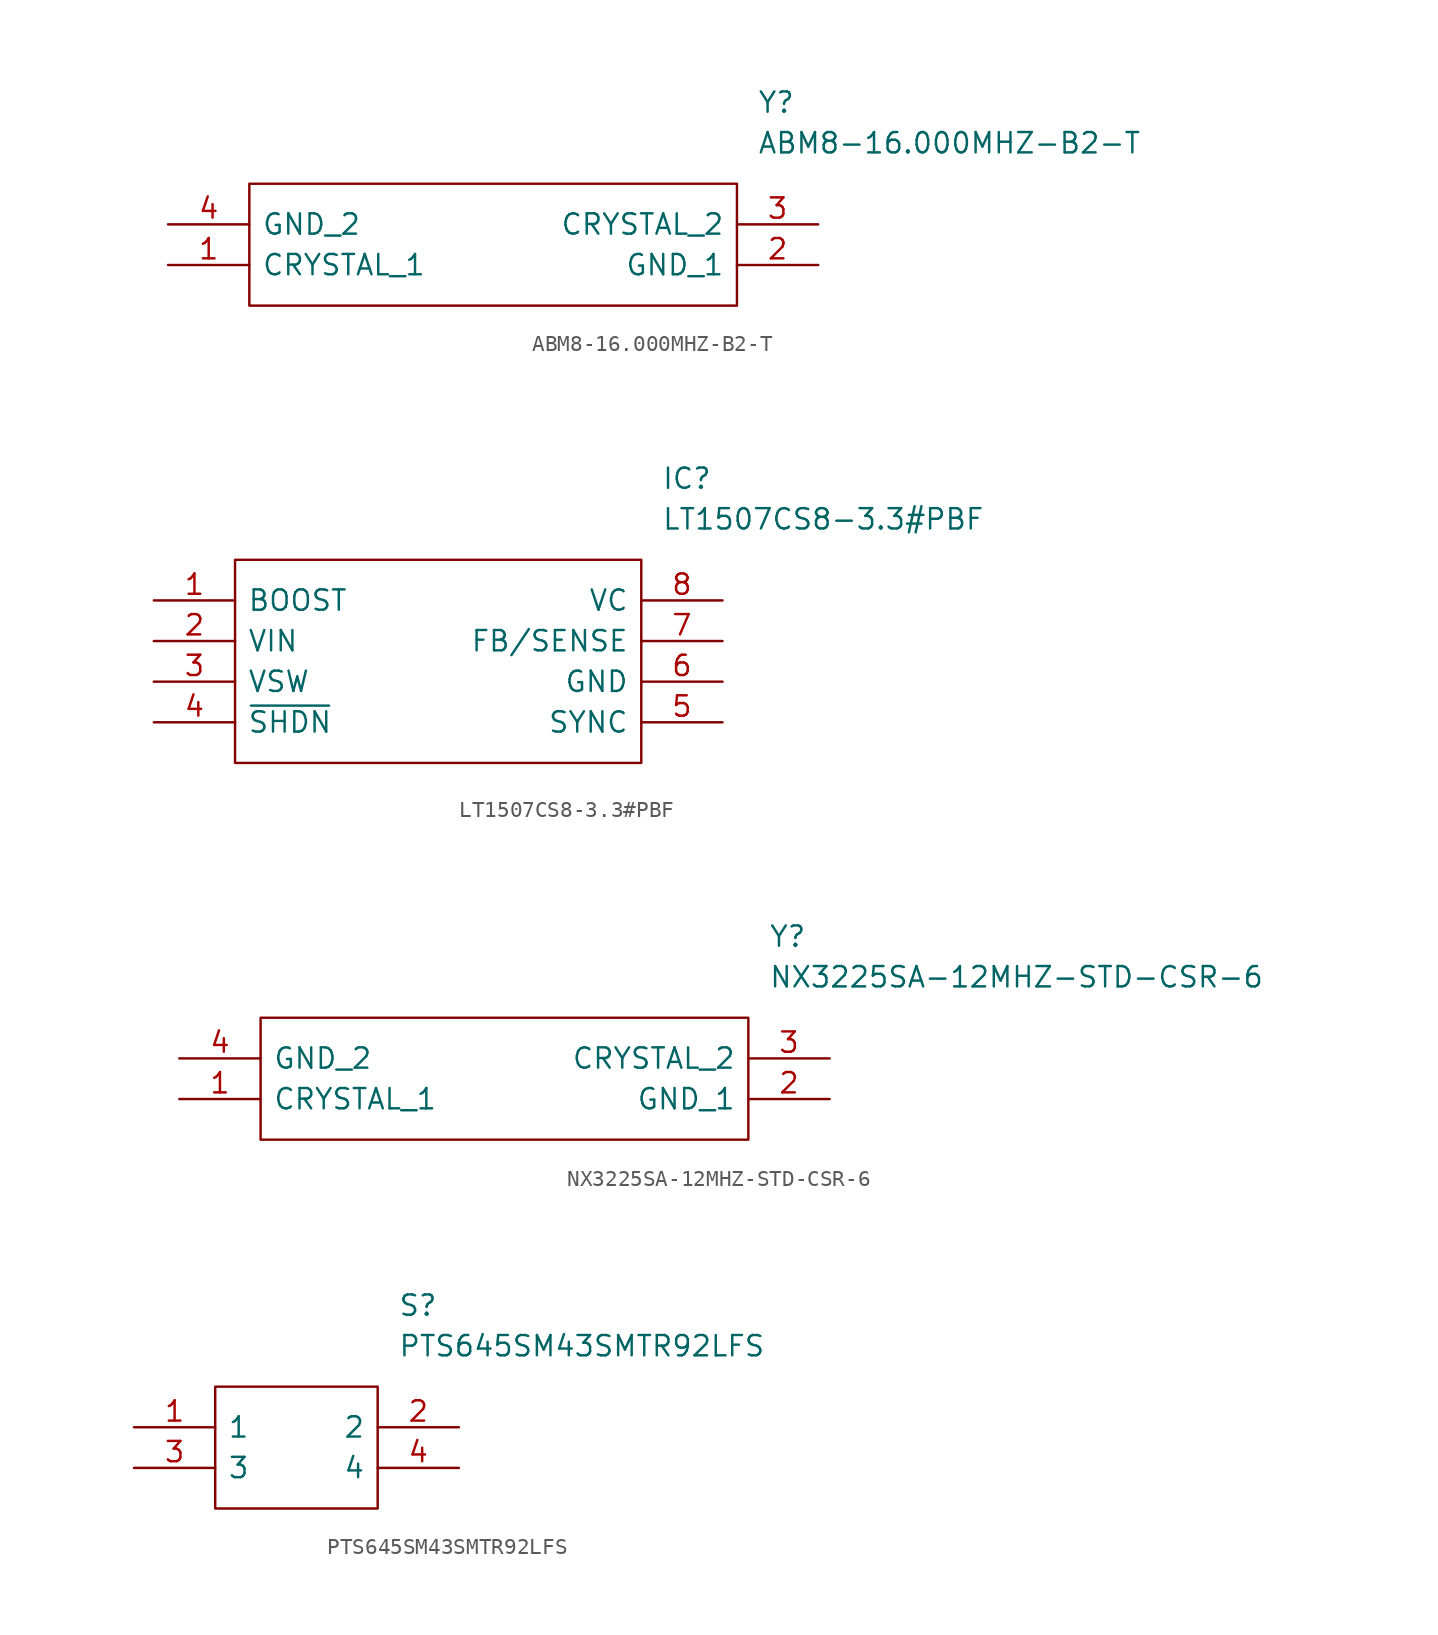
<source format=kicad_sym>
(kicad_symbol_lib
  (version 20211014)
  (generator kicad_symbol_editor)
  (symbol "ABM8-16.000MHZ-B2-T"
    (pin_names
      (offset 0.762))
    (property "Reference" "Y"
      (at 36.83 7.62 0)
      (effects (font (size 1.27 1.27)) (justify left)))
    (property "Value" "ABM8-16.000MHZ-B2-T"
      (at 36.83 5.08 0)
      (effects (font (size 1.27 1.27)) (justify left)))
    (symbol "ABM8-16.000MHZ-B2-T_0_0"
      (pin passive line (at 0 -2.54 0) (length 5.08) (name "CRYSTAL_1" (effects (font (size 1.27 1.27)))) (number "1" (effects (font (size 1.27 1.27)))))
      (pin passive line (at 40.64 -2.54 180) (length 5.08) (name "GND_1" (effects (font (size 1.27 1.27)))) (number "2" (effects (font (size 1.27 1.27)))))
      (pin passive line (at 40.64 0 180) (length 5.08) (name "CRYSTAL_2" (effects (font (size 1.27 1.27)))) (number "3" (effects (font (size 1.27 1.27)))))
      (pin passive line (at 0 0 0) (length 5.08) (name "GND_2" (effects (font (size 1.27 1.27)))) (number "4" (effects (font (size 1.27 1.27))))))
    (symbol "ABM8-16.000MHZ-B2-T_0_1"
      (polyline (pts (xy 5.08 2.54) (xy 35.56 2.54) (xy 35.56 -5.08) (xy 5.08 -5.08) (xy 5.08 2.54)) (stroke (width 0.152) (type default) (color 0 0 0 0)) (fill (type none)))))
  (symbol "LT1507CS8-3.3#PBF"
    (pin_names
      (offset 0.762))
    (property "Reference" "IC"
      (at 31.75 7.62 0)
      (effects (font (size 1.27 1.27)) (justify left)))
    (property "Value" "LT1507CS8-3.3#PBF"
      (at 31.75 5.08 0)
      (effects (font (size 1.27 1.27)) (justify left)))
    (symbol "LT1507CS8-3.3#PBF_0_0"
      (pin passive line (at 0 0 0) (length 5.08) (name "BOOST" (effects (font (size 1.27 1.27)))) (number "1" (effects (font (size 1.27 1.27)))))
      (pin input line (at 0 -2.54 0) (length 5.08) (name "VIN" (effects (font (size 1.27 1.27)))) (number "2" (effects (font (size 1.27 1.27)))))
      (pin passive line (at 0 -5.08 0) (length 5.08) (name "VSW" (effects (font (size 1.27 1.27)))) (number "3" (effects (font (size 1.27 1.27)))))
      (pin passive line (at 0 -7.62 0) (length 5.08) (name "~{SHDN}" (effects (font (size 1.27 1.27)))) (number "4" (effects (font (size 1.27 1.27)))))
      (pin passive line (at 35.56 -7.62 180) (length 5.08) (name "SYNC" (effects (font (size 1.27 1.27)))) (number "5" (effects (font (size 1.27 1.27)))))
      (pin power_in line (at 35.56 -5.08 180) (length 5.08) (name "GND" (effects (font (size 1.27 1.27)))) (number "6" (effects (font (size 1.27 1.27)))))
      (pin passive line (at 35.56 -2.54 180) (length 5.08) (name "FB/SENSE" (effects (font (size 1.27 1.27)))) (number "7" (effects (font (size 1.27 1.27)))))
      (pin passive line (at 35.56 0 180) (length 5.08) (name "VC" (effects (font (size 1.27 1.27)))) (number "8" (effects (font (size 1.27 1.27))))))
    (symbol "LT1507CS8-3.3#PBF_0_1"
      (polyline (pts (xy 5.08 2.54) (xy 30.48 2.54) (xy 30.48 -10.16) (xy 5.08 -10.16) (xy 5.08 2.54)) (stroke (width 0.152) (type default) (color 0 0 0 0)) (fill (type none)))))
  (symbol "NX3225SA-12MHZ-STD-CSR-6"
    (pin_names
      (offset 0.762))
    (property "Reference" "Y"
      (at 36.83 7.62 0)
      (effects (font (size 1.27 1.27)) (justify left)))
    (property "Value" "NX3225SA-12MHZ-STD-CSR-6"
      (at 36.83 5.08 0)
      (effects (font (size 1.27 1.27)) (justify left)))
    (symbol "NX3225SA-12MHZ-STD-CSR-6_0_0"
      (pin passive line (at 0 -2.54 0) (length 5.08) (name "CRYSTAL_1" (effects (font (size 1.27 1.27)))) (number "1" (effects (font (size 1.27 1.27)))))
      (pin passive line (at 40.64 -2.54 180) (length 5.08) (name "GND_1" (effects (font (size 1.27 1.27)))) (number "2" (effects (font (size 1.27 1.27)))))
      (pin passive line (at 40.64 0 180) (length 5.08) (name "CRYSTAL_2" (effects (font (size 1.27 1.27)))) (number "3" (effects (font (size 1.27 1.27)))))
      (pin passive line (at 0 0 0) (length 5.08) (name "GND_2" (effects (font (size 1.27 1.27)))) (number "4" (effects (font (size 1.27 1.27))))))
    (symbol "NX3225SA-12MHZ-STD-CSR-6_0_1"
      (polyline (pts (xy 5.08 2.54) (xy 35.56 2.54) (xy 35.56 -5.08) (xy 5.08 -5.08) (xy 5.08 2.54)) (stroke (width 0.152) (type default) (color 0 0 0 0)) (fill (type none)))))
  (symbol "PTS645SM43SMTR92LFS"
    (pin_names
      (offset 0.762))
    (property "Reference" "S"
      (at 16.51 7.62 0)
      (effects (font (size 1.27 1.27)) (justify left)))
    (property "Value" "PTS645SM43SMTR92LFS"
      (at 16.51 5.08 0)
      (effects (font (size 1.27 1.27)) (justify left)))
    (symbol "PTS645SM43SMTR92LFS_0_0"
      (pin passive line (at 0 0 0) (length 5.08) (name "1" (effects (font (size 1.27 1.27)))) (number "1" (effects (font (size 1.27 1.27)))))
      (pin passive line (at 20.32 0 180) (length 5.08) (name "2" (effects (font (size 1.27 1.27)))) (number "2" (effects (font (size 1.27 1.27)))))
      (pin passive line (at 0 -2.54 0) (length 5.08) (name "3" (effects (font (size 1.27 1.27)))) (number "3" (effects (font (size 1.27 1.27)))))
      (pin passive line (at 20.32 -2.54 180) (length 5.08) (name "4" (effects (font (size 1.27 1.27)))) (number "4" (effects (font (size 1.27 1.27))))))
    (symbol "PTS645SM43SMTR92LFS_0_1"
      (polyline (pts (xy 5.08 2.54) (xy 15.24 2.54) (xy 15.24 -5.08) (xy 5.08 -5.08) (xy 5.08 2.54)) (stroke (width 0.152) (type default) (color 0 0 0 0)) (fill (type none))))))
</source>
